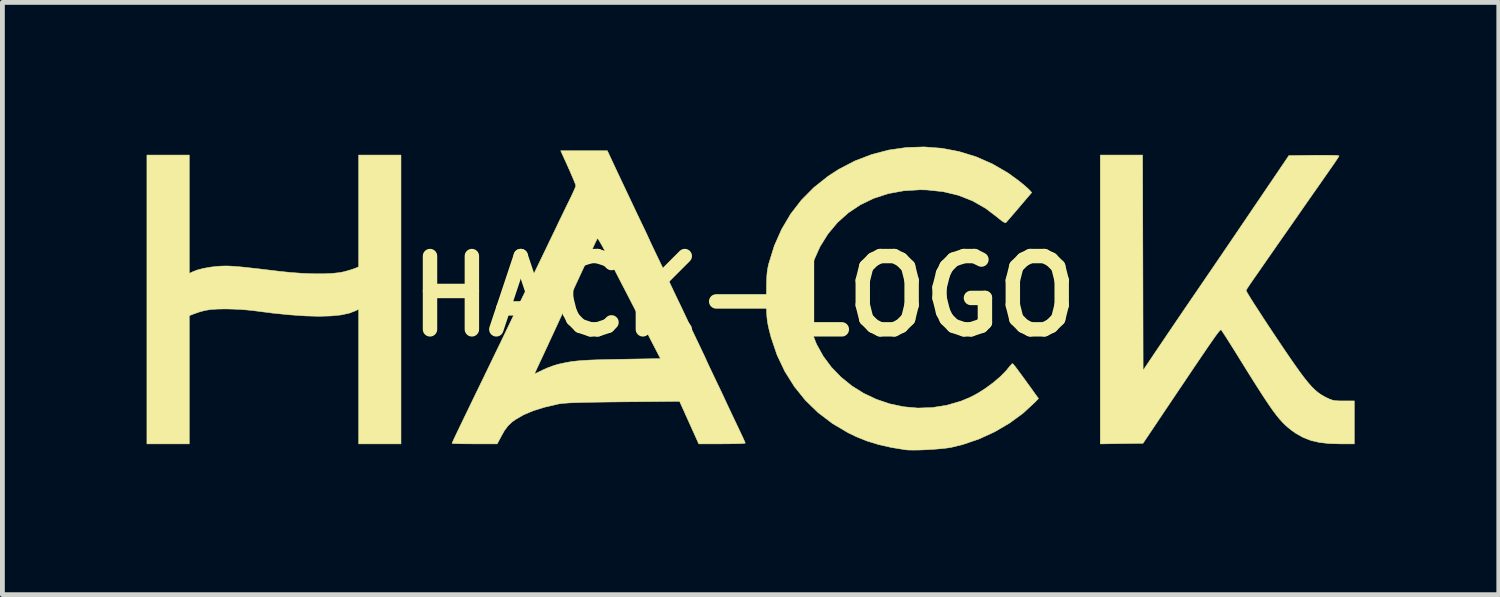
<source format=kicad_pcb>
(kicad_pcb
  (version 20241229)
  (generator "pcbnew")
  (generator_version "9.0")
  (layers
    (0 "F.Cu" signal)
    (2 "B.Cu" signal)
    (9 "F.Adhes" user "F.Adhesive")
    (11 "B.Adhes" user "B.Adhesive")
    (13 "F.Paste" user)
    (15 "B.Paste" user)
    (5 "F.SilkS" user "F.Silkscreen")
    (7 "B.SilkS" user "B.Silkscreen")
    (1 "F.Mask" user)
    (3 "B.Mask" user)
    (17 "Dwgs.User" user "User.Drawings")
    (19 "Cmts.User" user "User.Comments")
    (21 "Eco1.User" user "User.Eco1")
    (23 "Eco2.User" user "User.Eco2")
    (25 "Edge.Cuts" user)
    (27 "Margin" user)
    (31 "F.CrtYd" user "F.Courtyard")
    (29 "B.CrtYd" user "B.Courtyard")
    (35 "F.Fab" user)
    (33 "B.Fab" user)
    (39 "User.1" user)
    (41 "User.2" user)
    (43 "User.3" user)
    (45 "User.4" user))
  (footprint "HACK-LOGO"
    (layer "F.Cu")
    (at 12.423 3.109)
    (property "Reference" "HACK-LOGO" (at 0 0 0) (layer "F.SilkS") (effects (font (size 1.524 1.524) (thickness 0.3))))
    (attr through_hole)
    (fp_poly (pts (xy -11.537 -0.473) (xy -11.475 -0.504) (xy -11.373 -0.544) (xy -11.239 -0.579) (xy -11.085 -0.606) (xy -10.924 -0.623) (xy -10.905 -0.624) (xy -10.842 -0.627) (xy -10.778 -0.628) (xy -10.708 -0.627) (xy -10.627 -0.622) (xy -10.53 -0.615) (xy -10.413 -0.604) (xy -10.27 -0.588) (xy -10.097 -0.569) (xy -9.888 -0.544) (xy -9.663 -0.517) (xy -9.421 -0.492) (xy -9.183 -0.475) (xy -8.956 -0.466) (xy -8.747 -0.466) (xy -8.564 -0.474) (xy -8.413 -0.49) (xy -8.331 -0.506) (xy -8.238 -0.531) (xy -8.152 -0.557) (xy -8.091 -0.579) (xy -8.088 -0.58) (xy -8.015 -0.61) (xy -8.015 -2.935) (xy -7.135 -2.935) (xy -7.135 3.071) (xy -8.015 3.071) (xy -8.015 0.27) (xy -8.077 0.302) (xy -8.211 0.353) (xy -8.382 0.39) (xy -8.591 0.411) (xy -8.84 0.418) (xy -9.128 0.41) (xy -9.457 0.387) (xy -9.828 0.349) (xy -10.205 0.3) (xy -10.331 0.287) (xy -10.483 0.275) (xy -10.643 0.268) (xy -10.79 0.265) (xy -10.792 0.265) (xy -10.956 0.268) (xy -11.089 0.277) (xy -11.204 0.295) (xy -11.316 0.324) (xy -11.437 0.366) (xy -11.475 0.381) (xy -11.537 0.405) (xy -11.537 3.071) (xy -12.418 3.071) (xy -12.418 -2.935) (xy -11.537 -2.935) (xy -11.537 -0.473)) (stroke (width 0.01) (type solid)) (fill yes) (layer "F.SilkS"))
    (fp_poly (pts (xy 8.292 -0.697) (xy 8.297 1.542) (xy 8.515 1.217) (xy 8.665 0.995) (xy 8.84 0.736) (xy 9.04 0.441) (xy 9.266 0.109) (xy 9.518 -0.259) (xy 9.618 -0.406) (xy 9.705 -0.533) (xy 9.79 -0.658) (xy 9.876 -0.784) (xy 9.966 -0.916) (xy 10.062 -1.057) (xy 10.167 -1.212) (xy 10.284 -1.384) (xy 10.415 -1.577) (xy 10.563 -1.796) (xy 10.731 -2.043) (xy 10.921 -2.324) (xy 10.942 -2.354) (xy 11.328 -2.924) (xy 11.85 -2.93) (xy 11.998 -2.931) (xy 12.13 -2.93) (xy 12.239 -2.929) (xy 12.319 -2.926) (xy 12.365 -2.921) (xy 12.372 -2.919) (xy 12.359 -2.895) (xy 12.325 -2.841) (xy 12.274 -2.766) (xy 12.211 -2.675) (xy 12.188 -2.642) (xy 12.133 -2.563) (xy 12.058 -2.456) (xy 11.962 -2.318) (xy 11.844 -2.15) (xy 11.704 -1.95) (xy 11.542 -1.717) (xy 11.356 -1.45) (xy 11.146 -1.15) (xy 10.912 -0.814) (xy 10.653 -0.441) (xy 10.605 -0.373) (xy 10.543 -0.283) (xy 10.491 -0.206) (xy 10.454 -0.149) (xy 10.438 -0.121) (xy 10.438 -0.121) (xy 10.448 -0.097) (xy 10.481 -0.04) (xy 10.534 0.047) (xy 10.606 0.161) (xy 10.694 0.296) (xy 10.794 0.451) (xy 10.906 0.621) (xy 11.026 0.802) (xy 11.036 0.817) (xy 11.197 1.057) (xy 11.337 1.263) (xy 11.458 1.437) (xy 11.562 1.583) (xy 11.652 1.703) (xy 11.732 1.802) (xy 11.803 1.883) (xy 11.868 1.947) (xy 11.93 2) (xy 11.992 2.044) (xy 12.056 2.082) (xy 12.096 2.103) (xy 12.169 2.138) (xy 12.229 2.16) (xy 12.29 2.172) (xy 12.368 2.177) (xy 12.467 2.178) (xy 12.689 2.178) (xy 12.689 3.071) (xy 12.397 3.071) (xy 12.162 3.064) (xy 11.961 3.041) (xy 11.785 3) (xy 11.628 2.939) (xy 11.479 2.856) (xy 11.382 2.788) (xy 11.318 2.737) (xy 11.257 2.684) (xy 11.197 2.624) (xy 11.135 2.555) (xy 11.068 2.473) (xy 10.994 2.375) (xy 10.912 2.257) (xy 10.817 2.115) (xy 10.709 1.948) (xy 10.583 1.75) (xy 10.439 1.52) (xy 10.329 1.343) (xy 10.236 1.193) (xy 10.149 1.054) (xy 10.072 0.932) (xy 10.008 0.831) (xy 9.959 0.757) (xy 9.93 0.713) (xy 9.924 0.704) (xy 9.919 0.7) (xy 9.913 0.7) (xy 9.904 0.704) (xy 9.891 0.716) (xy 9.872 0.738) (xy 9.846 0.771) (xy 9.811 0.817) (xy 9.767 0.879) (xy 9.712 0.958) (xy 9.643 1.057) (xy 9.561 1.178) (xy 9.463 1.322) (xy 9.348 1.492) (xy 9.215 1.69) (xy 9.062 1.917) (xy 8.887 2.177) (xy 8.69 2.47) (xy 8.522 2.721) (xy 8.295 3.059) (xy 7.85 3.065) (xy 7.406 3.072) (xy 7.406 -2.935) (xy 8.286 -2.935) (xy 8.292 -0.697)) (stroke (width 0.01) (type solid)) (fill yes) (layer "F.SilkS"))
    (fp_poly (pts (xy 4.111 -3.076) (xy 4.472 -3.007) (xy 4.824 -2.899) (xy 5.163 -2.75) (xy 5.486 -2.563) (xy 5.713 -2.398) (xy 5.793 -2.333) (xy 5.865 -2.272) (xy 5.917 -2.224) (xy 5.931 -2.21) (xy 5.981 -2.156) (xy 5.721 -1.851) (xy 5.636 -1.751) (xy 5.56 -1.663) (xy 5.499 -1.592) (xy 5.457 -1.544) (xy 5.441 -1.527) (xy 5.416 -1.531) (xy 5.365 -1.562) (xy 5.297 -1.615) (xy 5.279 -1.631) (xy 5.022 -1.827) (xy 4.748 -1.983) (xy 4.455 -2.098) (xy 4.142 -2.173) (xy 3.808 -2.209) (xy 3.661 -2.213) (xy 3.319 -2.192) (xy 2.997 -2.133) (xy 2.696 -2.035) (xy 2.418 -1.901) (xy 2.165 -1.732) (xy 1.939 -1.529) (xy 1.743 -1.294) (xy 1.578 -1.029) (xy 1.446 -0.735) (xy 1.363 -0.474) (xy 1.345 -0.375) (xy 1.33 -0.243) (xy 1.32 -0.092) (xy 1.315 0.066) (xy 1.315 0.217) (xy 1.321 0.35) (xy 1.33 0.428) (xy 1.398 0.72) (xy 1.504 0.994) (xy 1.644 1.247) (xy 1.816 1.478) (xy 2.017 1.685) (xy 2.241 1.866) (xy 2.487 2.02) (xy 2.75 2.144) (xy 3.028 2.238) (xy 3.316 2.299) (xy 3.612 2.326) (xy 3.911 2.316) (xy 4.211 2.269) (xy 4.507 2.183) (xy 4.696 2.105) (xy 4.858 2.02) (xy 5.025 1.913) (xy 5.187 1.793) (xy 5.332 1.669) (xy 5.451 1.548) (xy 5.486 1.504) (xy 5.532 1.449) (xy 5.566 1.411) (xy 5.58 1.401) (xy 5.59 1.408) (xy 5.611 1.431) (xy 5.645 1.473) (xy 5.694 1.539) (xy 5.761 1.63) (xy 5.849 1.75) (xy 5.959 1.902) (xy 6.024 1.993) (xy 6.122 2.128) (xy 6.047 2.206) (xy 5.8 2.434) (xy 5.518 2.64) (xy 5.211 2.82) (xy 4.886 2.969) (xy 4.549 3.084) (xy 4.314 3.142) (xy 4.215 3.158) (xy 4.086 3.172) (xy 3.94 3.184) (xy 3.787 3.193) (xy 3.639 3.199) (xy 3.507 3.2) (xy 3.401 3.198) (xy 3.353 3.193) (xy 3.059 3.145) (xy 2.799 3.086) (xy 2.562 3.014) (xy 2.339 2.925) (xy 2.166 2.842) (xy 1.838 2.648) (xy 1.54 2.422) (xy 1.275 2.165) (xy 1.044 1.878) (xy 0.847 1.564) (xy 0.685 1.223) (xy 0.561 0.857) (xy 0.524 0.713) (xy 0.503 0.624) (xy 0.488 0.546) (xy 0.478 0.47) (xy 0.471 0.387) (xy 0.467 0.286) (xy 0.465 0.16) (xy 0.465 -0.002) (xy 0.465 -0.011) (xy 0.465 -0.179) (xy 0.468 -0.31) (xy 0.472 -0.413) (xy 0.479 -0.497) (xy 0.49 -0.57) (xy 0.504 -0.641) (xy 0.514 -0.68) (xy 0.628 -1.048) (xy 0.78 -1.391) (xy 0.968 -1.709) (xy 1.192 -1.999) (xy 1.452 -2.261) (xy 1.747 -2.495) (xy 1.964 -2.636) (xy 2.302 -2.812) (xy 2.652 -2.946) (xy 3.012 -3.04) (xy 3.377 -3.092) (xy 3.745 -3.104) (xy 4.111 -3.076)) (stroke (width 0.01) (type solid)) (fill yes) (layer "F.SilkS"))
    (fp_poly (pts (xy -2.757 -2.839) (xy -2.664 -2.64) (xy -2.56 -2.42) (xy -2.451 -2.189) (xy -2.343 -1.961) (xy -2.242 -1.747) (xy -2.152 -1.559) (xy -2.131 -1.515) (xy -2.076 -1.401) (xy -2.029 -1.302) (xy -1.993 -1.224) (xy -1.97 -1.175) (xy -1.964 -1.161) (xy -1.955 -1.14) (xy -1.929 -1.084) (xy -1.889 -1) (xy -1.838 -0.893) (xy -1.779 -0.77) (xy -1.761 -0.733) (xy -1.7 -0.606) (xy -1.647 -0.494) (xy -1.603 -0.403) (xy -1.573 -0.338) (xy -1.559 -0.306) (xy -1.558 -0.304) (xy -1.549 -0.283) (xy -1.523 -0.227) (xy -1.483 -0.143) (xy -1.433 -0.037) (xy -1.375 0.084) (xy -1.366 0.102) (xy -1.307 0.225) (xy -1.255 0.334) (xy -1.214 0.421) (xy -1.186 0.481) (xy -1.174 0.507) (xy -1.174 0.508) (xy -1.165 0.529) (xy -1.139 0.585) (xy -1.099 0.669) (xy -1.049 0.774) (xy -0.991 0.896) (xy -0.982 0.914) (xy -0.923 1.037) (xy -0.872 1.145) (xy -0.83 1.233) (xy -0.802 1.293) (xy -0.79 1.32) (xy -0.79 1.321) (xy -0.781 1.342) (xy -0.755 1.398) (xy -0.716 1.481) (xy -0.667 1.584) (xy -0.624 1.674) (xy -0.564 1.8) (xy -0.506 1.921) (xy -0.455 2.028) (xy -0.416 2.111) (xy -0.4 2.145) (xy -0.368 2.215) (xy -0.322 2.313) (xy -0.269 2.425) (xy -0.22 2.529) (xy -0.145 2.687) (xy -0.087 2.809) (xy -0.044 2.9) (xy -0.014 2.965) (xy 0.005 3.008) (xy 0.017 3.035) (xy 0.022 3.049) (xy 0.023 3.056) (xy 0.001 3.06) (xy -0.059 3.064) (xy -0.151 3.067) (xy -0.269 3.069) (xy -0.406 3.07) (xy -0.46 3.071) (xy -0.943 3.071) (xy -1.342 2.186) (xy -2.517 2.197) (xy -2.793 2.2) (xy -3.029 2.203) (xy -3.227 2.206) (xy -3.391 2.21) (xy -3.526 2.214) (xy -3.635 2.219) (xy -3.722 2.225) (xy -3.791 2.231) (xy -3.846 2.239) (xy -3.868 2.243) (xy -4.147 2.308) (xy -4.386 2.382) (xy -4.588 2.468) (xy -4.758 2.567) (xy -4.827 2.617) (xy -4.907 2.693) (xy -4.98 2.789) (xy -5.037 2.889) (xy -5.134 3.071) (xy -5.604 3.071) (xy -5.744 3.07) (xy -5.867 3.069) (xy -5.967 3.067) (xy -6.038 3.064) (xy -6.071 3.061) (xy -6.073 3.06) (xy -6.066 3.041) (xy -6.045 2.993) (xy -6.007 2.913) (xy -5.954 2.801) (xy -5.883 2.654) (xy -5.795 2.471) (xy -5.688 2.25) (xy -5.588 2.043) (xy -5.424 1.706) (xy -5.38 1.615) (xy -4.358 1.615) (xy -4.339 1.608) (xy -4.29 1.585) (xy -4.219 1.551) (xy -4.192 1.537) (xy -4.087 1.49) (xy -3.971 1.447) (xy -3.87 1.416) (xy -3.77 1.394) (xy -3.675 1.375) (xy -3.579 1.359) (xy -3.474 1.347) (xy -3.357 1.337) (xy -3.219 1.329) (xy -3.056 1.323) (xy -2.861 1.318) (xy -2.628 1.313) (xy -2.569 1.312) (xy -1.739 1.298) (xy -1.768 1.242) (xy -1.786 1.207) (xy -1.822 1.138) (xy -1.872 1.041) (xy -1.934 0.921) (xy -2.004 0.785) (xy -2.077 0.643) (xy -2.164 0.476) (xy -2.255 0.301) (xy -2.344 0.128) (xy -2.427 -0.033) (xy -2.498 -0.17) (xy -2.533 -0.237) (xy -2.609 -0.384) (xy -2.694 -0.55) (xy -2.78 -0.716) (xy -2.856 -0.865) (xy -2.872 -0.897) (xy -2.928 -1.004) (xy -2.978 -1.094) (xy -3.017 -1.16) (xy -3.043 -1.197) (xy -3.05 -1.201) (xy -3.063 -1.177) (xy -3.092 -1.118) (xy -3.134 -1.028) (xy -3.188 -0.914) (xy -3.251 -0.78) (xy -3.319 -0.632) (xy -3.324 -0.621) (xy -3.473 -0.3) (xy -3.603 -0.018) (xy -3.717 0.229) (xy -3.816 0.443) (xy -3.901 0.628) (xy -3.974 0.786) (xy -4.036 0.919) (xy -4.088 1.032) (xy -4.132 1.126) (xy -4.168 1.204) (xy -4.198 1.269) (xy -4.224 1.324) (xy -4.247 1.372) (xy -4.258 1.397) (xy -4.299 1.485) (xy -4.332 1.557) (xy -4.353 1.603) (xy -4.358 1.615) (xy -5.38 1.615) (xy -5.28 1.408) (xy -5.154 1.147) (xy -5.045 0.923) (xy -4.954 0.733) (xy -4.9 0.621) (xy -4.85 0.517) (xy -4.785 0.384) (xy -4.711 0.232) (xy -4.633 0.071) (xy -4.556 -0.087) (xy -4.538 -0.124) (xy -4.434 -0.337) (xy -4.337 -0.538) (xy -4.24 -0.739) (xy -4.139 -0.948) (xy -4.029 -1.177) (xy -3.904 -1.436) (xy -3.895 -1.456) (xy -3.836 -1.579) (xy -3.766 -1.723) (xy -3.695 -1.87) (xy -3.638 -1.986) (xy -3.587 -2.09) (xy -3.545 -2.181) (xy -3.515 -2.251) (xy -3.5 -2.291) (xy -3.5 -2.295) (xy -3.506 -2.323) (xy -3.528 -2.38) (xy -3.565 -2.468) (xy -3.618 -2.591) (xy -3.689 -2.75) (xy -3.745 -2.873) (xy -3.814 -3.025) (xy -2.844 -3.025) (xy -2.757 -2.839)) (stroke (width 0.01) (type solid)) (fill yes) (layer "F.SilkS")))
  (gr_rect
    (start -3 -3)
    (end 28.116 9.315)
    (stroke (width 0.1) (type default))
    (fill no)
    (layer "Edge.Cuts")))
</source>
